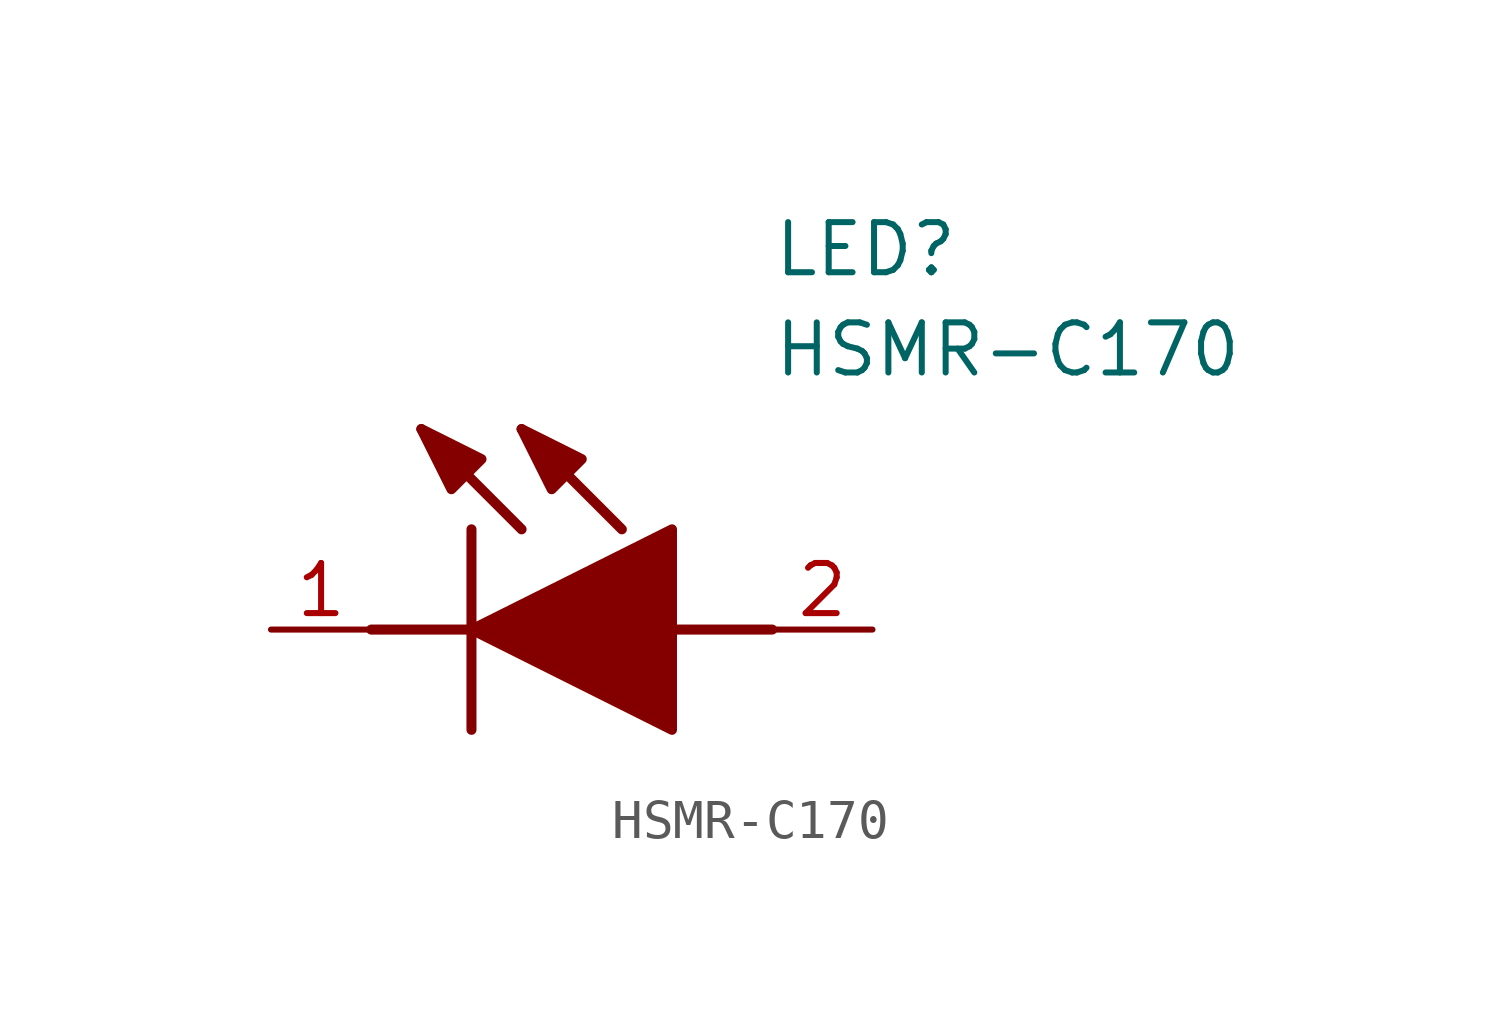
<source format=kicad_sym>
(kicad_symbol_lib
  (version 20211014)
  (generator SamacSys_ECAD_Model)
  (symbol "HSMR-C170"
    (pin_names hide)
    (property "Reference" "LED"
      (at 12.7 8.89 0)
      (effects (font (size 1.27 1.27)) (justify left bottom)))
    (property "Value" "HSMR-C170"
      (at 12.7 6.35 0)
      (effects (font (size 1.27 1.27)) (justify left bottom)))
    (polyline
      (pts (xy 5.08 2.54) (xy 5.08 -2.54))
      (stroke (width 0.254) (type default))
      (fill (type none)))
    (polyline
      (pts (xy 6.35 2.54) (xy 3.81 5.08))
      (stroke (width 0.254) (type default))
      (fill (type none)))
    (polyline
      (pts (xy 8.89 2.54) (xy 6.35 5.08))
      (stroke (width 0.254) (type default))
      (fill (type none)))
    (polyline
      (pts (xy 2.54 0) (xy 5.08 0))
      (stroke (width 0.254) (type default))
      (fill (type none)))
    (polyline
      (pts (xy 10.16 0) (xy 12.7 0))
      (stroke (width 0.254) (type default))
      (fill (type none)))
    (polyline
      (pts (xy 5.08 0) (xy 10.16 2.54) (xy 10.16 -2.54) (xy 5.08 0))
      (stroke (width 0.254) (type default))
      (fill (type outline)))
    (polyline
      (pts (xy 5.334 4.318) (xy 4.572 3.556) (xy 3.81 5.08) (xy 5.334 4.318))
      (stroke (width 0.254) (type default))
      (fill (type outline)))
    (polyline
      (pts (xy 7.874 4.318) (xy 7.112 3.556) (xy 6.35 5.08) (xy 7.874 4.318))
      (stroke (width 0.254) (type default))
      (fill (type outline)))
    (pin passive line
      (at 0 0 0)
      (length 2.54)
      (name "K" (effects (font (size 1.27 1.27))))
      (number "1" (effects (font (size 1.27 1.27)))))
    (pin passive line
      (at 15.24 0 180)
      (length 2.54)
      (name "A" (effects (font (size 1.27 1.27))))
      (number "2" (effects (font (size 1.27 1.27)))))))
</source>
